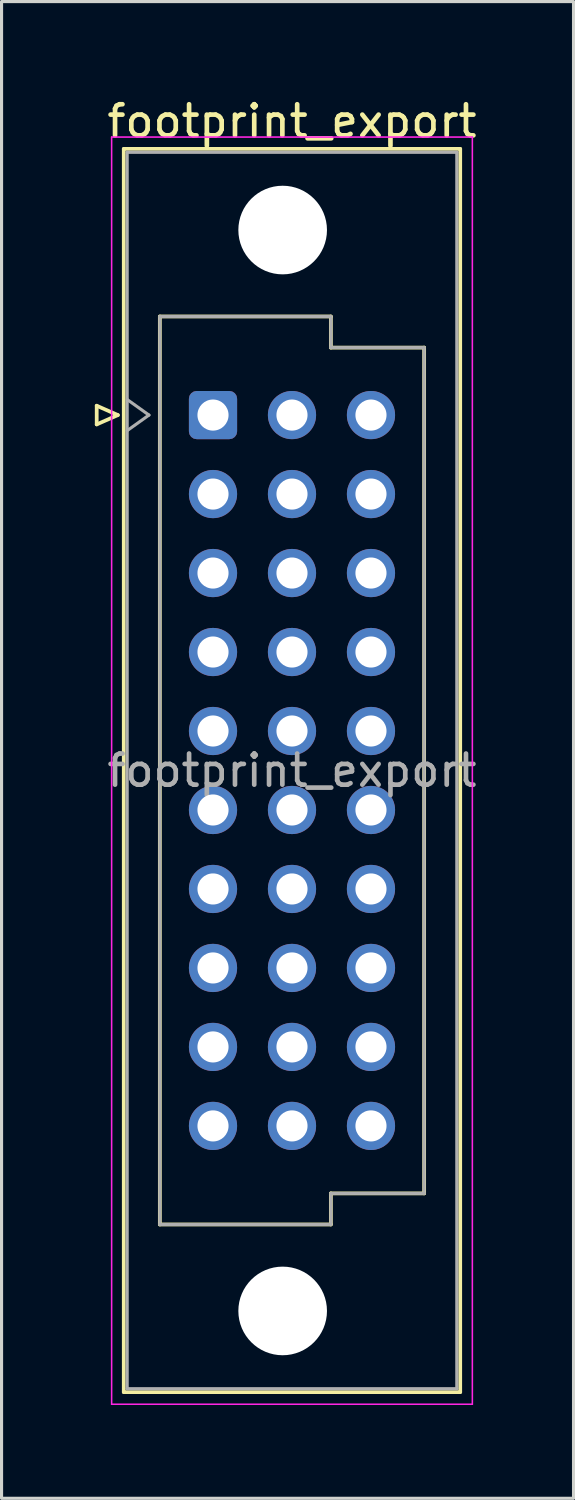
<source format=kicad_pcb>
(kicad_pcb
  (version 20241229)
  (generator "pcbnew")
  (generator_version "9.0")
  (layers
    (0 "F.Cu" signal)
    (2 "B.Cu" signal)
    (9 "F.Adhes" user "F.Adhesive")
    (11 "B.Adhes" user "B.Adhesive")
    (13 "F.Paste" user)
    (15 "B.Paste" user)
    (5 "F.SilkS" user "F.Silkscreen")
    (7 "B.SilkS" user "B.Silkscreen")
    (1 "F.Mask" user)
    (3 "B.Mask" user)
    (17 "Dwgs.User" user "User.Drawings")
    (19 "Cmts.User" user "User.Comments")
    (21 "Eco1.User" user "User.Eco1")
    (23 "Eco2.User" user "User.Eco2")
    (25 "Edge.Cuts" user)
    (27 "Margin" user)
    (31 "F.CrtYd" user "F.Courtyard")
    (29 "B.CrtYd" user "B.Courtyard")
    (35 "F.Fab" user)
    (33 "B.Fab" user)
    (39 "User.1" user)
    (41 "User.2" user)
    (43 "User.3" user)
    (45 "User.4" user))
  (footprint "footprint_export"
    (layer "F.Cu")
    (at 3.8 10.298)
    (property "Reference" "footprint_export" (at 2.54 -9.45 0) (layer "F.SilkS") (effects (font (size 1 1) (thickness 0.15))))
    (attr through_hole)
    (fp_line (start -3.74 -0.3) (end -3.74 0.3) (stroke (width 0.12) (type solid)) (layer "F.SilkS"))
    (fp_line (start -3.74 0.3) (end -3.06 0) (stroke (width 0.12) (type solid)) (layer "F.SilkS"))
    (fp_line (start -3.06 0) (end -3.74 -0.3) (stroke (width 0.12) (type solid)) (layer "F.SilkS"))
    (fp_line (start -2.87 -8.56) (end 7.95 -8.56) (stroke (width 0.12) (type solid)) (layer "F.SilkS"))
    (fp_line (start -2.87 31.42) (end -2.87 -8.56) (stroke (width 0.12) (type solid)) (layer "F.SilkS"))
    (fp_line (start -1.71 -3.17) (end 3.79 -3.17) (stroke (width 0.12) (type solid)) (layer "F.SilkS"))
    (fp_line (start -1.71 26.03) (end -1.71 -3.17) (stroke (width 0.12) (type solid)) (layer "F.SilkS"))
    (fp_line (start 3.79 -3.17) (end 3.79 -2.17) (stroke (width 0.12) (type solid)) (layer "F.SilkS"))
    (fp_line (start 3.79 -2.17) (end 6.79 -2.17) (stroke (width 0.12) (type solid)) (layer "F.SilkS"))
    (fp_line (start 3.79 25.03) (end 3.79 26.03) (stroke (width 0.12) (type solid)) (layer "F.SilkS"))
    (fp_line (start 3.79 26.03) (end -1.71 26.03) (stroke (width 0.12) (type solid)) (layer "F.SilkS"))
    (fp_line (start 6.79 -2.17) (end 6.79 25.03) (stroke (width 0.12) (type solid)) (layer "F.SilkS"))
    (fp_line (start 6.79 25.03) (end 3.79 25.03) (stroke (width 0.12) (type solid)) (layer "F.SilkS"))
    (fp_line (start 7.95 -8.56) (end 7.95 31.42) (stroke (width 0.12) (type solid)) (layer "F.SilkS"))
    (fp_line (start 7.95 31.42) (end -2.87 31.42) (stroke (width 0.12) (type solid)) (layer "F.SilkS"))
    (fp_line (start -3.26 -8.94) (end 8.34 -8.94) (stroke (width 0.05) (type solid)) (layer "F.CrtYd"))
    (fp_line (start -3.26 31.81) (end -3.26 -8.94) (stroke (width 0.05) (type solid)) (layer "F.CrtYd"))
    (fp_line (start 8.34 -8.94) (end 8.34 31.81) (stroke (width 0.05) (type solid)) (layer "F.CrtYd"))
    (fp_line (start 8.34 31.81) (end -3.26 31.81) (stroke (width 0.05) (type solid)) (layer "F.CrtYd"))
    (fp_line (start -2.76 -8.45) (end 7.84 -8.45) (stroke (width 0.1) (type solid)) (layer "F.Fab"))
    (fp_line (start -2.76 -0.5) (end -2.06 0) (stroke (width 0.1) (type solid)) (layer "F.Fab"))
    (fp_line (start -2.76 31.31) (end -2.76 -8.45) (stroke (width 0.1) (type solid)) (layer "F.Fab"))
    (fp_line (start -2.06 0) (end -2.76 0.5) (stroke (width 0.1) (type solid)) (layer "F.Fab"))
    (fp_line (start -1.71 -3.17) (end 3.79 -3.17) (stroke (width 0.1) (type solid)) (layer "F.Fab"))
    (fp_line (start -1.71 26.03) (end -1.71 -3.17) (stroke (width 0.1) (type solid)) (layer "F.Fab"))
    (fp_line (start 3.79 -3.17) (end 3.79 -2.17) (stroke (width 0.1) (type solid)) (layer "F.Fab"))
    (fp_line (start 3.79 -2.17) (end 6.79 -2.17) (stroke (width 0.1) (type solid)) (layer "F.Fab"))
    (fp_line (start 3.79 25.03) (end 3.79 26.03) (stroke (width 0.1) (type solid)) (layer "F.Fab"))
    (fp_line (start 3.79 26.03) (end -1.71 26.03) (stroke (width 0.1) (type solid)) (layer "F.Fab"))
    (fp_line (start 6.79 -2.17) (end 6.79 25.03) (stroke (width 0.1) (type solid)) (layer "F.Fab"))
    (fp_line (start 6.79 25.03) (end 3.79 25.03) (stroke (width 0.1) (type solid)) (layer "F.Fab"))
    (fp_line (start 7.84 -8.45) (end 7.84 31.31) (stroke (width 0.1) (type solid)) (layer "F.Fab"))
    (fp_line (start 7.84 31.31) (end -2.76 31.31) (stroke (width 0.1) (type solid)) (layer "F.Fab"))
    (fp_text user "${REFERENCE}" (at 2.54 11.43 0) (layer "F.Fab") (effects (font (size 1 1) (thickness 0.15))))
    (pad "" np_thru_hole circle (at 2.24 -5.95) (size 2.85 2.85) (drill 2.85) (layers "*.Cu" "*.Mask"))
    (pad "" np_thru_hole circle (at 2.24 28.81) (size 2.85 2.85) (drill 2.85) (layers "*.Cu" "*.Mask"))
    (pad "a1" thru_hole roundrect (at 0 0) (size 1.55 1.55) (drill 1) (layers "*.Cu" "*.Mask") (roundrect_rratio 0.161))
    (pad "a2" thru_hole circle (at 0 2.54) (size 1.55 1.55) (drill 1) (layers "*.Cu" "*.Mask"))
    (pad "a3" thru_hole circle (at 0 5.08) (size 1.55 1.55) (drill 1) (layers "*.Cu" "*.Mask"))
    (pad "a4" thru_hole circle (at 0 7.62) (size 1.55 1.55) (drill 1) (layers "*.Cu" "*.Mask"))
    (pad "a5" thru_hole circle (at 0 10.16) (size 1.55 1.55) (drill 1) (layers "*.Cu" "*.Mask"))
    (pad "a6" thru_hole circle (at 0 12.7) (size 1.55 1.55) (drill 1) (layers "*.Cu" "*.Mask"))
    (pad "a7" thru_hole circle (at 0 15.24) (size 1.55 1.55) (drill 1) (layers "*.Cu" "*.Mask"))
    (pad "a8" thru_hole circle (at 0 17.78) (size 1.55 1.55) (drill 1) (layers "*.Cu" "*.Mask"))
    (pad "a9" thru_hole circle (at 0 20.32) (size 1.55 1.55) (drill 1) (layers "*.Cu" "*.Mask"))
    (pad "a10" thru_hole circle (at 0 22.86) (size 1.55 1.55) (drill 1) (layers "*.Cu" "*.Mask"))
    (pad "b1" thru_hole circle (at 2.54 0) (size 1.55 1.55) (drill 1) (layers "*.Cu" "*.Mask"))
    (pad "b2" thru_hole circle (at 2.54 2.54) (size 1.55 1.55) (drill 1) (layers "*.Cu" "*.Mask"))
    (pad "b3" thru_hole circle (at 2.54 5.08) (size 1.55 1.55) (drill 1) (layers "*.Cu" "*.Mask"))
    (pad "b4" thru_hole circle (at 2.54 7.62) (size 1.55 1.55) (drill 1) (layers "*.Cu" "*.Mask"))
    (pad "b5" thru_hole circle (at 2.54 10.16) (size 1.55 1.55) (drill 1) (layers "*.Cu" "*.Mask"))
    (pad "b6" thru_hole circle (at 2.54 12.7) (size 1.55 1.55) (drill 1) (layers "*.Cu" "*.Mask"))
    (pad "b7" thru_hole circle (at 2.54 15.24) (size 1.55 1.55) (drill 1) (layers "*.Cu" "*.Mask"))
    (pad "b8" thru_hole circle (at 2.54 17.78) (size 1.55 1.55) (drill 1) (layers "*.Cu" "*.Mask"))
    (pad "b9" thru_hole circle (at 2.54 20.32) (size 1.55 1.55) (drill 1) (layers "*.Cu" "*.Mask"))
    (pad "b10" thru_hole circle (at 2.54 22.86) (size 1.55 1.55) (drill 1) (layers "*.Cu" "*.Mask"))
    (pad "c1" thru_hole circle (at 5.08 0) (size 1.55 1.55) (drill 1) (layers "*.Cu" "*.Mask"))
    (pad "c2" thru_hole circle (at 5.08 2.54) (size 1.55 1.55) (drill 1) (layers "*.Cu" "*.Mask"))
    (pad "c3" thru_hole circle (at 5.08 5.08) (size 1.55 1.55) (drill 1) (layers "*.Cu" "*.Mask"))
    (pad "c4" thru_hole circle (at 5.08 7.62) (size 1.55 1.55) (drill 1) (layers "*.Cu" "*.Mask"))
    (pad "c5" thru_hole circle (at 5.08 10.16) (size 1.55 1.55) (drill 1) (layers "*.Cu" "*.Mask"))
    (pad "c6" thru_hole circle (at 5.08 12.7) (size 1.55 1.55) (drill 1) (layers "*.Cu" "*.Mask"))
    (pad "c7" thru_hole circle (at 5.08 15.24) (size 1.55 1.55) (drill 1) (layers "*.Cu" "*.Mask"))
    (pad "c8" thru_hole circle (at 5.08 17.78) (size 1.55 1.55) (drill 1) (layers "*.Cu" "*.Mask"))
    (pad "c9" thru_hole circle (at 5.08 20.32) (size 1.55 1.55) (drill 1) (layers "*.Cu" "*.Mask"))
    (pad "c10" thru_hole circle (at 5.08 22.86) (size 1.55 1.55) (drill 1) (layers "*.Cu" "*.Mask")))
  (gr_rect
    (start -3 -3)
    (end 15.394 45.133)
    (stroke (width 0.1) (type default))
    (fill no)
    (layer "Edge.Cuts")))
</source>
